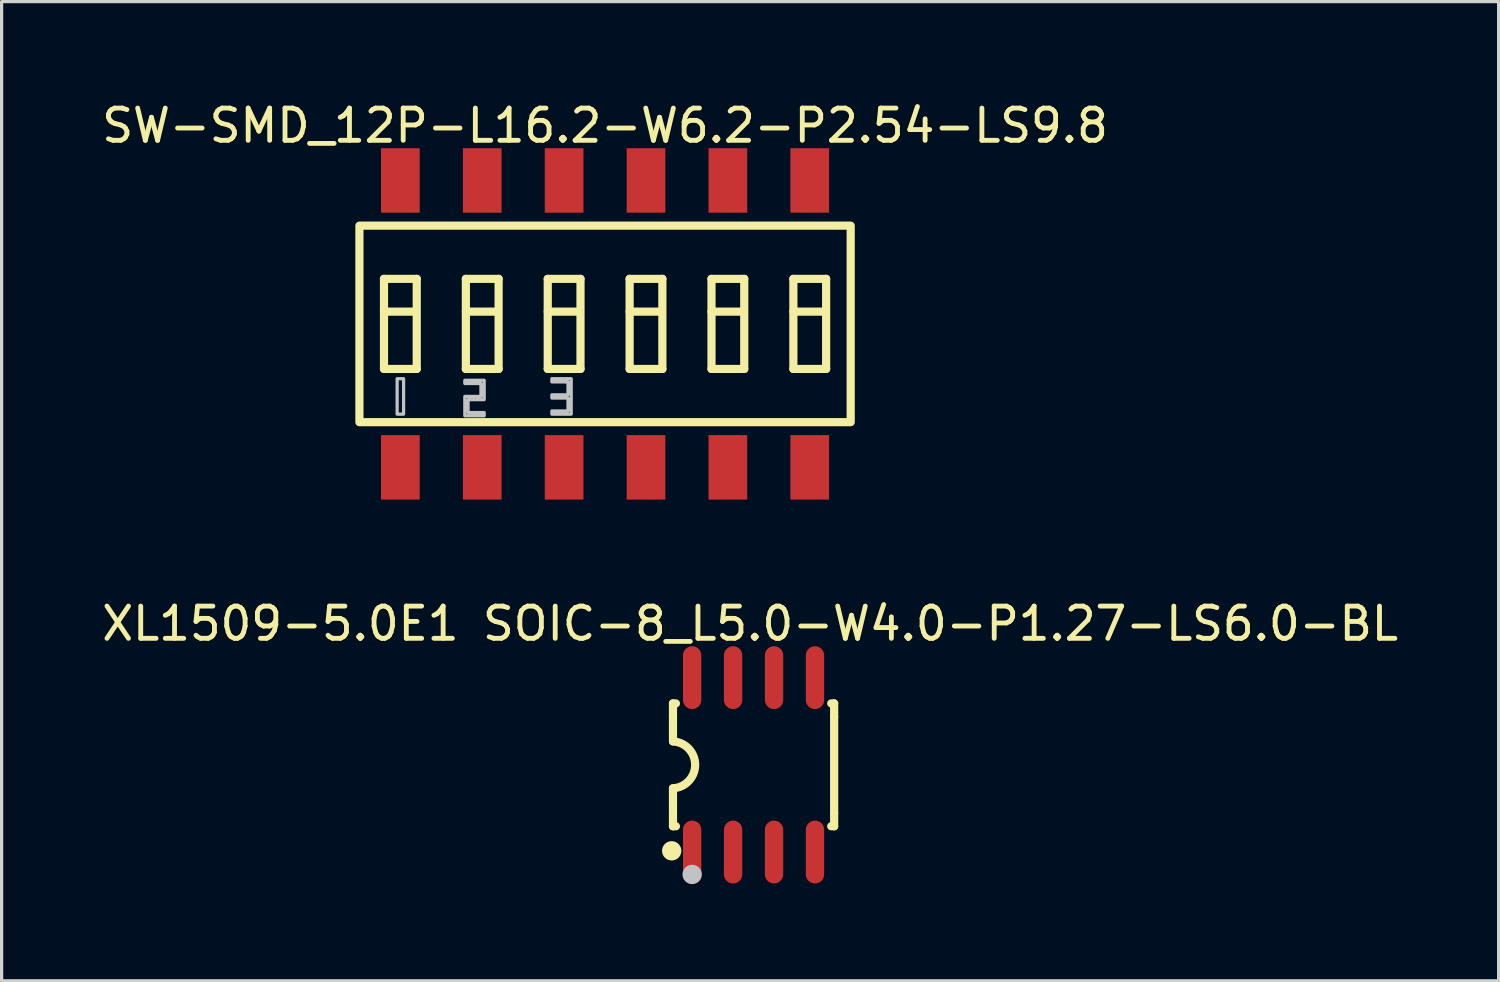
<source format=kicad_pcb>
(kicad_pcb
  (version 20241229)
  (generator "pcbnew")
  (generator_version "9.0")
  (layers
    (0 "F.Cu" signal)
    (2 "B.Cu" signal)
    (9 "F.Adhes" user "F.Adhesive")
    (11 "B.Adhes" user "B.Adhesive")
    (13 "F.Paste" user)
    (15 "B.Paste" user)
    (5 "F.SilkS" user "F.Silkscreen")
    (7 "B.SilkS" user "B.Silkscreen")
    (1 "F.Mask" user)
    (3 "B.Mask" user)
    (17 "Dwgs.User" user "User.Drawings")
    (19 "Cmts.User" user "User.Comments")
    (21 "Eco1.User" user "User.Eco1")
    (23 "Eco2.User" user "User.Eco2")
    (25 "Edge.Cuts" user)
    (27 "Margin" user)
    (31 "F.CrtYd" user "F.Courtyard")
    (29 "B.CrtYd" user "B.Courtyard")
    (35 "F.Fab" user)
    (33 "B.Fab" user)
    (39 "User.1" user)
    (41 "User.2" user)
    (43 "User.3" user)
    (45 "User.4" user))
  (footprint "XL1509-5.0E1 SOIC-8_L5.0-W4.0-P1.27-LS6.0-BL"
    (layer "F.Cu")
    (at 20.327 20.677)
    (property "Reference" "XL1509-5.0E1 SOIC-8_L5.0-W4.0-P1.27-LS6.0-BL" (at -0.106 -4.38 0) (unlocked yes) (layer "F.SilkS") (effects (font (size 1 1) (thickness 0.15))))
    (fp_line (start -2.5 -1.905) (end -2.409 -1.905) (stroke (width 0.254) (type default)) (layer "F.SilkS"))
    (fp_line (start -2.5 -1.5) (end -2.5 -1.905) (stroke (width 0.254) (type default)) (layer "F.SilkS"))
    (fp_line (start -2.5 -1.5) (end -2.5 -0.727) (stroke (width 0.254) (type default)) (layer "F.SilkS"))
    (fp_line (start -2.5 1.5) (end -2.5 0.727) (stroke (width 0.254) (type default)) (layer "F.SilkS"))
    (fp_line (start -2.5 1.5) (end -2.5 1.905) (stroke (width 0.254) (type default)) (layer "F.SilkS"))
    (fp_line (start -2.5 1.905) (end -2.409 1.905) (stroke (width 0.254) (type default)) (layer "F.SilkS"))
    (fp_line (start 2.5 -1.905) (end 2.409 -1.905) (stroke (width 0.254) (type default)) (layer "F.SilkS"))
    (fp_line (start 2.5 -1.5) (end 2.5 -1.905) (stroke (width 0.254) (type default)) (layer "F.SilkS"))
    (fp_line (start 2.5 -1.5) (end 2.5 1.5) (stroke (width 0.254) (type default)) (layer "F.SilkS"))
    (fp_line (start 2.5 1.5) (end 2.5 1.905) (stroke (width 0.254) (type default)) (layer "F.SilkS"))
    (fp_line (start 2.5 1.905) (end 2.409 1.905) (stroke (width 0.254) (type default)) (layer "F.SilkS"))
    (fp_arc (start -2.495 -0.7265) (mid -1.812112 0.002496) (end -2.5 0.7265) (stroke (width 0.254) (type default)) (layer "F.SilkS"))
    (fp_circle (center -2.54 2.667) (end -2.39 2.667) (stroke (width 0.3) (type default)) (fill no) (layer "F.SilkS"))
    (fp_circle (center -1.905 3.4) (end -1.755 3.4) (stroke (width 0.3) (type default)) (fill no) (layer "Dwgs.User"))
    (fp_poly (pts (xy -2.11 -2.165) (xy -2.11 -3) (xy -1.7 -3) (xy -1.7 -2.165)) (stroke (width 0.1) (type default)) (fill no) (layer "User.1"))
    (fp_poly (pts (xy -2.11 -1.94) (xy -2.11 -2.175) (xy -1.7 -2.175) (xy -1.7 -1.94)) (stroke (width 0.1) (type default)) (fill no) (layer "User.1"))
    (fp_poly (pts (xy -2.11 2.175) (xy -2.11 1.94) (xy -1.7 1.94) (xy -1.7 2.175)) (stroke (width 0.1) (type default)) (fill no) (layer "User.1"))
    (fp_poly (pts (xy -2.11 3) (xy -2.11 2.165) (xy -1.7 2.165) (xy -1.7 3)) (stroke (width 0.1) (type default)) (fill no) (layer "User.1"))
    (fp_poly (pts (xy -0.84 -2.165) (xy -0.84 -3) (xy -0.43 -3) (xy -0.43 -2.165)) (stroke (width 0.1) (type default)) (fill no) (layer "User.1"))
    (fp_poly (pts (xy -0.84 -1.94) (xy -0.84 -2.175) (xy -0.43 -2.175) (xy -0.43 -1.94)) (stroke (width 0.1) (type default)) (fill no) (layer "User.1"))
    (fp_poly (pts (xy -0.84 2.175) (xy -0.84 1.94) (xy -0.43 1.94) (xy -0.43 2.175)) (stroke (width 0.1) (type default)) (fill no) (layer "User.1"))
    (fp_poly (pts (xy -0.84 3) (xy -0.84 2.165) (xy -0.43 2.165) (xy -0.43 3)) (stroke (width 0.1) (type default)) (fill no) (layer "User.1"))
    (fp_poly (pts (xy 0.43 -2.165) (xy 0.43 -3) (xy 0.84 -3) (xy 0.84 -2.165)) (stroke (width 0.1) (type default)) (fill no) (layer "User.1"))
    (fp_poly (pts (xy 0.43 -1.94) (xy 0.43 -2.175) (xy 0.84 -2.175) (xy 0.84 -1.94)) (stroke (width 0.1) (type default)) (fill no) (layer "User.1"))
    (fp_poly (pts (xy 0.43 2.175) (xy 0.43 1.94) (xy 0.84 1.94) (xy 0.84 2.175)) (stroke (width 0.1) (type default)) (fill no) (layer "User.1"))
    (fp_poly (pts (xy 0.43 3) (xy 0.43 2.165) (xy 0.84 2.165) (xy 0.84 3)) (stroke (width 0.1) (type default)) (fill no) (layer "User.1"))
    (fp_poly (pts (xy 1.7 -2.165) (xy 1.7 -3) (xy 2.11 -3) (xy 2.11 -2.165)) (stroke (width 0.1) (type default)) (fill no) (layer "User.1"))
    (fp_poly (pts (xy 1.7 -1.94) (xy 1.7 -2.175) (xy 2.11 -2.175) (xy 2.11 -1.94)) (stroke (width 0.1) (type default)) (fill no) (layer "User.1"))
    (fp_poly (pts (xy 1.7 2.175) (xy 1.7 1.94) (xy 2.11 1.94) (xy 2.11 2.175)) (stroke (width 0.1) (type default)) (fill no) (layer "User.1"))
    (fp_poly (pts (xy 1.7 3) (xy 1.7 2.165) (xy 2.11 2.165) (xy 2.11 3)) (stroke (width 0.1) (type default)) (fill no) (layer "User.1"))
    (fp_line (start -2.5 -2) (end 2.5 -2) (stroke (width 0.051) (type default)) (layer "User.2"))
    (fp_line (start -2.5 2) (end -2.5 -2) (stroke (width 0.051) (type default)) (layer "User.2"))
    (fp_line (start 2.5 -2) (end 2.5 2) (stroke (width 0.051) (type default)) (layer "User.2"))
    (fp_line (start 2.5 2) (end -2.5 2) (stroke (width 0.051) (type default)) (layer "User.2"))
    (fp_poly (pts (xy -2.36 3) (xy -2.378 2.958) (xy -2.42 2.94) (xy -2.462 2.958) (xy -2.48 3) (xy -2.462 3.042) (xy -2.42 3.06) (xy -2.378 3.042)) (stroke (width 0.1) (type default)) (fill no) (layer "User.3"))
    (pad "1" smd oval (at -1.905 2.705) (size 0.569 1.95) (layers "F.Cu" "F.Mask" "F.Paste"))
    (pad "2" smd oval (at -0.635 2.705) (size 0.569 1.95) (layers "F.Cu" "F.Mask" "F.Paste"))
    (pad "3" smd oval (at 0.635 2.705) (size 0.569 1.95) (layers "F.Cu" "F.Mask" "F.Paste"))
    (pad "4" smd oval (at 1.905 2.705) (size 0.569 1.95) (layers "F.Cu" "F.Mask" "F.Paste"))
    (pad "5" smd oval (at 1.905 -2.705) (size 0.569 1.95) (layers "F.Cu" "F.Mask" "F.Paste"))
    (pad "6" smd oval (at 0.635 -2.705) (size 0.569 1.95) (layers "F.Cu" "F.Mask" "F.Paste"))
    (pad "7" smd oval (at -0.635 -2.705) (size 0.569 1.95) (layers "F.Cu" "F.Mask" "F.Paste"))
    (pad "8" smd oval (at -1.905 -2.705) (size 0.569 1.95) (layers "F.Cu" "F.Mask" "F.Paste")))
  (footprint "SW-SMD_12P-L16.2-W6.2-P2.54-LS9.8"
    (layer "F.Cu")
    (at 15.72 6.998)
    (property "Reference" "SW-SMD_12P-L16.2-W6.2-P2.54-LS9.8" (at 0 -6.15 0) (unlocked yes) (layer "F.SilkS") (effects (font (size 1 1) (thickness 0.15))))
    (fp_line (start -6.858 -1.397) (end -6.858 1.397) (stroke (width 0.254) (type default)) (layer "F.SilkS"))
    (fp_line (start -6.858 -0.381) (end -5.969 -0.381) (stroke (width 0.254) (type default)) (layer "F.SilkS"))
    (fp_line (start -6.858 1.397) (end -5.842 1.397) (stroke (width 0.254) (type default)) (layer "F.SilkS"))
    (fp_line (start -5.842 -1.397) (end -6.858 -1.397) (stroke (width 0.254) (type default)) (layer "F.SilkS"))
    (fp_line (start -5.842 1.397) (end -5.842 -1.397) (stroke (width 0.254) (type default)) (layer "F.SilkS"))
    (fp_line (start -4.318 -1.397) (end -4.318 1.397) (stroke (width 0.254) (type default)) (layer "F.SilkS"))
    (fp_line (start -4.318 -0.381) (end -3.429 -0.381) (stroke (width 0.254) (type default)) (layer "F.SilkS"))
    (fp_line (start -4.318 1.397) (end -3.302 1.397) (stroke (width 0.254) (type default)) (layer "F.SilkS"))
    (fp_line (start -3.302 -1.397) (end -4.318 -1.397) (stroke (width 0.254) (type default)) (layer "F.SilkS"))
    (fp_line (start -3.302 1.397) (end -3.302 -1.397) (stroke (width 0.254) (type default)) (layer "F.SilkS"))
    (fp_line (start -1.778 -1.397) (end -1.778 1.397) (stroke (width 0.254) (type default)) (layer "F.SilkS"))
    (fp_line (start -1.778 -0.381) (end -0.889 -0.381) (stroke (width 0.254) (type default)) (layer "F.SilkS"))
    (fp_line (start -1.778 1.397) (end -0.762 1.397) (stroke (width 0.254) (type default)) (layer "F.SilkS"))
    (fp_line (start -0.762 -1.397) (end -1.778 -1.397) (stroke (width 0.254) (type default)) (layer "F.SilkS"))
    (fp_line (start -0.762 1.397) (end -0.762 -1.397) (stroke (width 0.254) (type default)) (layer "F.SilkS"))
    (fp_line (start 0.762 -1.397) (end 0.762 1.397) (stroke (width 0.254) (type default)) (layer "F.SilkS"))
    (fp_line (start 0.762 -0.381) (end 1.651 -0.381) (stroke (width 0.254) (type default)) (layer "F.SilkS"))
    (fp_line (start 0.762 1.397) (end 1.778 1.397) (stroke (width 0.254) (type default)) (layer "F.SilkS"))
    (fp_line (start 1.778 -1.397) (end 0.762 -1.397) (stroke (width 0.254) (type default)) (layer "F.SilkS"))
    (fp_line (start 1.778 1.397) (end 1.778 -1.397) (stroke (width 0.254) (type default)) (layer "F.SilkS"))
    (fp_line (start 3.302 -1.397) (end 3.302 1.397) (stroke (width 0.254) (type default)) (layer "F.SilkS"))
    (fp_line (start 3.302 -0.381) (end 4.191 -0.381) (stroke (width 0.254) (type default)) (layer "F.SilkS"))
    (fp_line (start 3.302 1.397) (end 4.318 1.397) (stroke (width 0.254) (type default)) (layer "F.SilkS"))
    (fp_line (start 4.318 -1.397) (end 3.302 -1.397) (stroke (width 0.254) (type default)) (layer "F.SilkS"))
    (fp_line (start 4.318 1.397) (end 4.318 -1.397) (stroke (width 0.254) (type default)) (layer "F.SilkS"))
    (fp_line (start 5.842 -1.397) (end 5.842 1.397) (stroke (width 0.254) (type default)) (layer "F.SilkS"))
    (fp_line (start 5.842 -0.381) (end 6.731 -0.381) (stroke (width 0.254) (type default)) (layer "F.SilkS"))
    (fp_line (start 5.842 1.397) (end 6.858 1.397) (stroke (width 0.254) (type default)) (layer "F.SilkS"))
    (fp_line (start 6.858 -1.397) (end 5.842 -1.397) (stroke (width 0.254) (type default)) (layer "F.SilkS"))
    (fp_line (start 6.858 1.397) (end 6.858 -1.397) (stroke (width 0.254) (type default)) (layer "F.SilkS"))
    (fp_rect (start -7.62 -3.048) (end 7.62 3.048) (stroke (width 0.254) (type default)) (fill no) (layer "F.SilkS"))
    (fp_poly (pts (xy -6.45 1.7) (xy -6.45 2.8) (xy -6.35 2.8) (xy -6.25 2.8) (xy -6.25 1.7)) (stroke (width 0.1) (type default)) (fill no) (layer "Dwgs.User"))
    (fp_poly (pts (xy -4.35 1.75) (xy -3.75 1.75) (xy -3.75 2.35) (xy -4.25 2.35) (xy -4.25 2.75) (xy -3.75 2.75) (xy -3.75 2.85) (xy -4.35 2.85) (xy -4.35 2.25) (xy -3.85 2.25) (xy -3.85 1.85) (xy -4.35 1.85)) (stroke (width 0.1) (type default)) (fill no) (layer "Dwgs.User"))
    (fp_poly (pts (xy -1.65 1.7) (xy -1.05 1.7) (xy -1.05 2.7) (xy -1.05 2.8) (xy -1.15 2.8) (xy -1.65 2.8) (xy -1.65 2.7) (xy -1.15 2.7) (xy -1.15 2.3) (xy -1.65 2.3) (xy -1.65 2.2) (xy -1.15 2.2) (xy -1.15 1.8) (xy -1.65 1.8)) (stroke (width 0.1) (type default)) (fill no) (layer "Dwgs.User"))
    (fp_poly (pts (xy -6.65 -4.38) (xy -6.65 -4.88) (xy -6.05 -4.88) (xy -6.05 -4.38)) (stroke (width 0.1) (type default)) (fill no) (layer "User.1"))
    (fp_poly (pts (xy -6.05 4.38) (xy -6.05 4.88) (xy -6.65 4.88) (xy -6.65 4.38)) (stroke (width 0.1) (type default)) (fill no) (layer "User.1"))
    (fp_poly (pts (xy -4.11 -4.38) (xy -4.11 -4.88) (xy -3.51 -4.88) (xy -3.51 -4.38)) (stroke (width 0.1) (type default)) (fill no) (layer "User.1"))
    (fp_poly (pts (xy -3.51 4.38) (xy -3.51 4.88) (xy -4.11 4.88) (xy -4.11 4.38)) (stroke (width 0.1) (type default)) (fill no) (layer "User.1"))
    (fp_poly (pts (xy -1.57 -4.38) (xy -1.57 -4.88) (xy -0.97 -4.88) (xy -0.97 -4.38)) (stroke (width 0.1) (type default)) (fill no) (layer "User.1"))
    (fp_poly (pts (xy -0.97 4.38) (xy -0.97 4.88) (xy -1.57 4.88) (xy -1.57 4.38)) (stroke (width 0.1) (type default)) (fill no) (layer "User.1"))
    (fp_poly (pts (xy 0.97 -4.38) (xy 0.97 -4.88) (xy 1.57 -4.88) (xy 1.57 -4.38)) (stroke (width 0.1) (type default)) (fill no) (layer "User.1"))
    (fp_poly (pts (xy 1.57 4.38) (xy 1.57 4.88) (xy 0.97 4.88) (xy 0.97 4.38)) (stroke (width 0.1) (type default)) (fill no) (layer "User.1"))
    (fp_poly (pts (xy 3.51 -4.38) (xy 3.51 -4.88) (xy 4.11 -4.88) (xy 4.11 -4.38)) (stroke (width 0.1) (type default)) (fill no) (layer "User.1"))
    (fp_poly (pts (xy 4.11 4.38) (xy 4.11 4.88) (xy 3.51 4.88) (xy 3.51 4.38)) (stroke (width 0.1) (type default)) (fill no) (layer "User.1"))
    (fp_poly (pts (xy 6.05 -4.38) (xy 6.05 -4.88) (xy 6.65 -4.88) (xy 6.65 -4.38)) (stroke (width 0.1) (type default)) (fill no) (layer "User.1"))
    (fp_poly (pts (xy 6.65 4.38) (xy 6.65 4.88) (xy 6.05 4.88) (xy 6.05 4.38)) (stroke (width 0.1) (type default)) (fill no) (layer "User.1"))
    (fp_poly (pts (xy -7.12 -3.04) (xy -7.12 -4.235) (xy -6.65 -4.39) (xy -6.34 -4.39) (xy -6.05 -4.39) (xy -5.58 -4.235) (xy -5.58 -4.165) (xy -5.58 -3.83) (xy -5.58 -3.04)) (stroke (width 0.1) (type default)) (fill no) (layer "User.1"))
    (fp_poly (pts (xy -5.58 3.04) (xy -5.58 4.235) (xy -6.05 4.39) (xy -6.36 4.39) (xy -6.65 4.39) (xy -7.12 4.235) (xy -7.12 4.165) (xy -7.12 3.83) (xy -7.12 3.04)) (stroke (width 0.1) (type default)) (fill no) (layer "User.1"))
    (fp_poly (pts (xy -4.58 -3.04) (xy -4.58 -4.235) (xy -4.11 -4.39) (xy -3.8 -4.39) (xy -3.51 -4.39) (xy -3.04 -4.235) (xy -3.04 -4.165) (xy -3.04 -3.83) (xy -3.04 -3.04)) (stroke (width 0.1) (type default)) (fill no) (layer "User.1"))
    (fp_poly (pts (xy -3.04 3.04) (xy -3.04 4.235) (xy -3.51 4.39) (xy -3.82 4.39) (xy -4.11 4.39) (xy -4.58 4.235) (xy -4.58 4.165) (xy -4.58 3.83) (xy -4.58 3.04)) (stroke (width 0.1) (type default)) (fill no) (layer "User.1"))
    (fp_poly (pts (xy -2.04 -3.04) (xy -2.04 -4.235) (xy -1.57 -4.39) (xy -1.26 -4.39) (xy -0.97 -4.39) (xy -0.5 -4.235) (xy -0.5 -4.165) (xy -0.5 -3.83) (xy -0.5 -3.04)) (stroke (width 0.1) (type default)) (fill no) (layer "User.1"))
    (fp_poly (pts (xy -0.5 3.04) (xy -0.5 4.235) (xy -0.97 4.39) (xy -1.28 4.39) (xy -1.57 4.39) (xy -2.04 4.235) (xy -2.04 4.165) (xy -2.04 3.83) (xy -2.04 3.04)) (stroke (width 0.1) (type default)) (fill no) (layer "User.1"))
    (fp_poly (pts (xy 0.5 -3.04) (xy 0.5 -4.235) (xy 0.97 -4.39) (xy 1.28 -4.39) (xy 1.57 -4.39) (xy 2.04 -4.235) (xy 2.04 -4.165) (xy 2.04 -3.83) (xy 2.04 -3.04)) (stroke (width 0.1) (type default)) (fill no) (layer "User.1"))
    (fp_poly (pts (xy 2.04 3.04) (xy 2.04 4.235) (xy 1.57 4.39) (xy 1.26 4.39) (xy 0.97 4.39) (xy 0.5 4.235) (xy 0.5 4.165) (xy 0.5 3.83) (xy 0.5 3.04)) (stroke (width 0.1) (type default)) (fill no) (layer "User.1"))
    (fp_poly (pts (xy 3.04 -3.04) (xy 3.04 -4.235) (xy 3.51 -4.39) (xy 3.82 -4.39) (xy 4.11 -4.39) (xy 4.58 -4.235) (xy 4.58 -4.165) (xy 4.58 -3.83) (xy 4.58 -3.04)) (stroke (width 0.1) (type default)) (fill no) (layer "User.1"))
    (fp_poly (pts (xy 4.58 3.04) (xy 4.58 4.235) (xy 4.11 4.39) (xy 3.8 4.39) (xy 3.51 4.39) (xy 3.04 4.235) (xy 3.04 4.165) (xy 3.04 3.83) (xy 3.04 3.04)) (stroke (width 0.1) (type default)) (fill no) (layer "User.1"))
    (fp_poly (pts (xy 5.58 -3.04) (xy 5.58 -4.235) (xy 6.05 -4.39) (xy 6.36 -4.39) (xy 6.65 -4.39) (xy 7.12 -4.235) (xy 7.12 -4.165) (xy 7.12 -3.83) (xy 7.12 -3.04)) (stroke (width 0.1) (type default)) (fill no) (layer "User.1"))
    (fp_poly (pts (xy 7.12 3.04) (xy 7.12 4.235) (xy 6.65 4.39) (xy 6.34 4.39) (xy 6.05 4.39) (xy 5.58 4.235) (xy 5.58 4.165) (xy 5.58 3.83) (xy 5.58 3.04)) (stroke (width 0.1) (type default)) (fill no) (layer "User.1"))
    (fp_line (start -7.62 -3.05) (end 7.62 -3.05) (stroke (width 0.051) (type default)) (layer "User.2"))
    (fp_line (start -7.62 3.05) (end -7.62 -3.05) (stroke (width 0.051) (type default)) (layer "User.2"))
    (fp_line (start 7.62 -3.05) (end 7.62 3.05) (stroke (width 0.051) (type default)) (layer "User.2"))
    (fp_line (start 7.62 3.05) (end -7.62 3.05) (stroke (width 0.051) (type default)) (layer "User.2"))
    (fp_poly (pts (xy -7.56 4.88) (xy -7.578 4.838) (xy -7.62 4.82) (xy -7.662 4.838) (xy -7.68 4.88) (xy -7.662 4.922) (xy -7.62 4.94) (xy -7.578 4.922)) (stroke (width 0.1) (type default)) (fill no) (layer "User.3"))
    (pad "1" smd rect (at -6.35 4.45) (size 1.2 2) (layers "F.Cu" "F.Mask" "F.Paste"))
    (pad "2" smd rect (at -3.81 4.45) (size 1.2 2) (layers "F.Cu" "F.Mask" "F.Paste"))
    (pad "3" smd rect (at -1.27 4.45) (size 1.2 2) (layers "F.Cu" "F.Mask" "F.Paste"))
    (pad "4" smd rect (at 1.27 4.45) (size 1.2 2) (layers "F.Cu" "F.Mask" "F.Paste"))
    (pad "5" smd rect (at 3.81 4.45) (size 1.2 2) (layers "F.Cu" "F.Mask" "F.Paste"))
    (pad "6" smd rect (at 6.35 4.45) (size 1.2 2) (layers "F.Cu" "F.Mask" "F.Paste"))
    (pad "7" smd rect (at 6.35 -4.45) (size 1.2 2) (layers "F.Cu" "F.Mask" "F.Paste"))
    (pad "8" smd rect (at 3.81 -4.45) (size 1.2 2) (layers "F.Cu" "F.Mask" "F.Paste"))
    (pad "9" smd rect (at 1.27 -4.45) (size 1.2 2) (layers "F.Cu" "F.Mask" "F.Paste"))
    (pad "10" smd rect (at -1.27 -4.45) (size 1.2 2) (layers "F.Cu" "F.Mask" "F.Paste"))
    (pad "11" smd rect (at -3.81 -4.45) (size 1.2 2) (layers "F.Cu" "F.Mask" "F.Paste"))
    (pad "12" smd rect (at -6.35 -4.45) (size 1.2 2) (layers "F.Cu" "F.Mask" "F.Paste")))
  (gr_rect
    (start -3 -3)
    (end 43.44 27.377)
    (stroke (width 0.1) (type default))
    (fill no)
    (layer "Edge.Cuts")))
</source>
